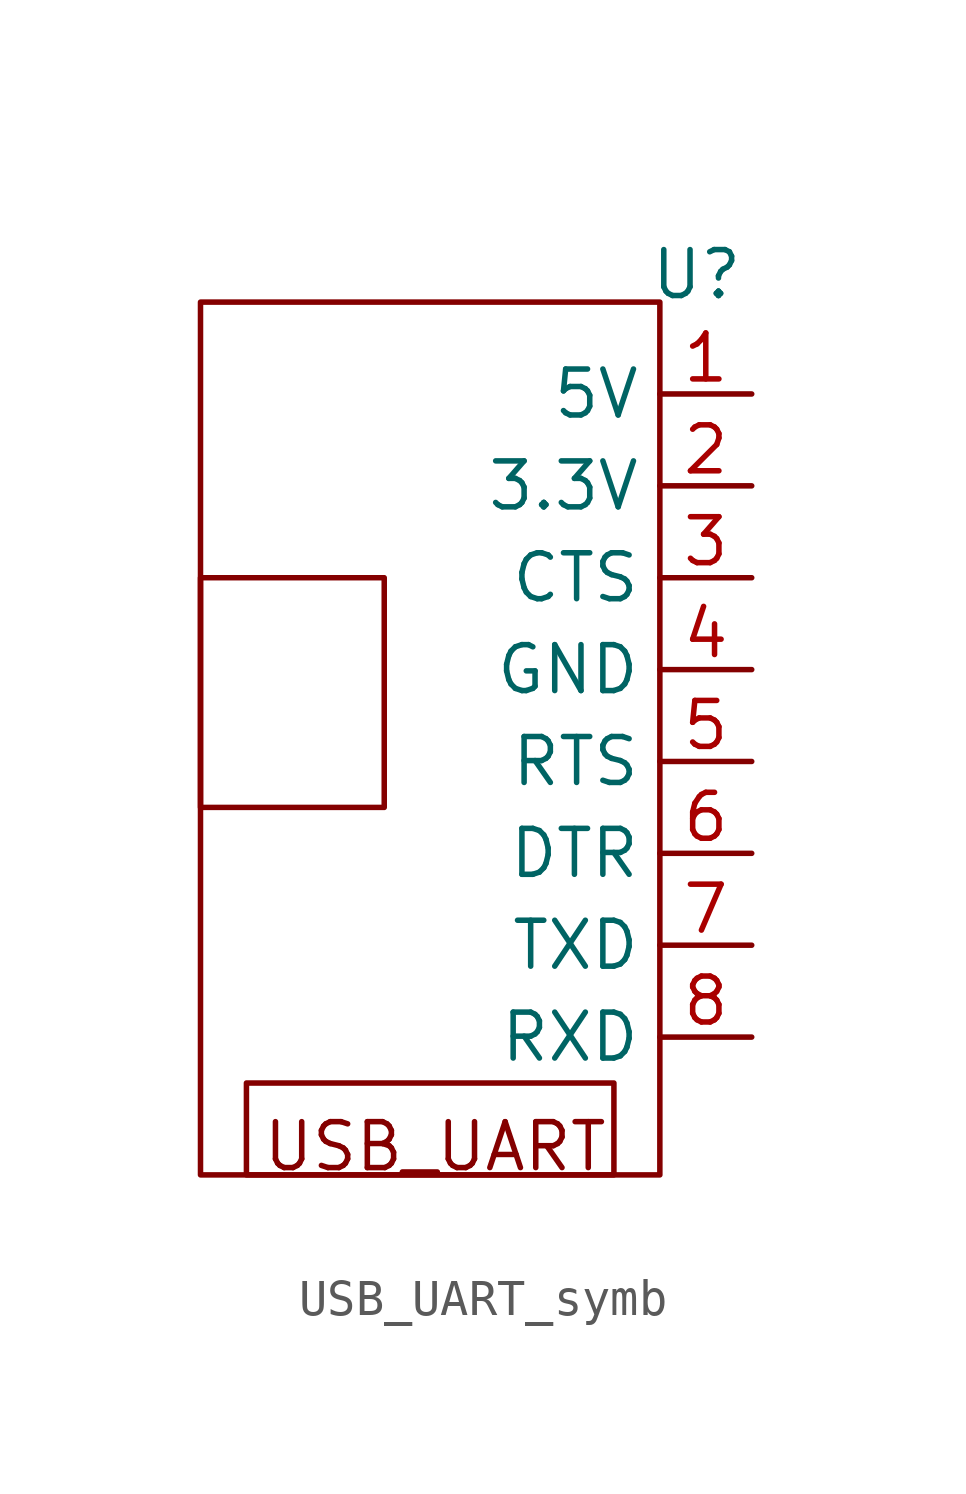
<source format=kicad_sym>
(kicad_symbol_lib
  (version 20241209)
  (generator "kicad_symbol_editor")
  (generator_version "9.0")
  (symbol "USB_UART_symb"
    (property "Reference" "U"
      (at 7.366 10.922 0)
      (effects (font (size 1.27 1.27))))
    (property "Value" ""
      (at 0 6.35 0)
      (effects (font (size 1.27 1.27))))
    (symbol "USB_UART_symb_0_1"
      (rectangle (start -6.35 10.16) (end 6.35 -13.97) (stroke (width 0) (type default)) (fill (type none)))
      (rectangle (start -6.35 2.54) (end -1.27 -3.81) (stroke (width 0) (type default)) (fill (type none))))
    (symbol "USB_UART_symb_1_1"
      (text_box "USB_UART" (at -5.08 -11.43 0) (size 10.16 -2.54) (margins 0.4 1.016 0.8 1.016) (stroke (width 0) (type solid)) (fill (type none)) (effects (font (size 1.27 1.27)) (justify left top)))
      (pin power_in line (at 8.89 7.62 180) (length 2.54) (name "5V" (effects (font (size 1.27 1.27)))) (number "1" (effects (font (size 1.27 1.27)))))
      (pin power_in line (at 8.89 5.08 180) (length 2.54) (name "3.3V" (effects (font (size 1.27 1.27)))) (number "2" (effects (font (size 1.27 1.27)))))
      (pin bidirectional line (at 8.89 2.54 180) (length 2.54) (name "CTS" (effects (font (size 1.27 1.27)))) (number "3" (effects (font (size 1.27 1.27)))))
      (pin power_in line (at 8.89 0 180) (length 2.54) (name "GND" (effects (font (size 1.27 1.27)))) (number "4" (effects (font (size 1.27 1.27)))))
      (pin bidirectional line (at 8.89 -2.54 180) (length 2.54) (name "RTS" (effects (font (size 1.27 1.27)))) (number "5" (effects (font (size 1.27 1.27)))))
      (pin bidirectional line (at 8.89 -5.08 180) (length 2.54) (name "DTR" (effects (font (size 1.27 1.27)))) (number "6" (effects (font (size 1.27 1.27)))))
      (pin bidirectional line (at 8.89 -7.62 180) (length 2.54) (name "TXD" (effects (font (size 1.27 1.27)))) (number "7" (effects (font (size 1.27 1.27)))))
      (pin bidirectional line (at 8.89 -10.16 180) (length 2.54) (name "RXD" (effects (font (size 1.27 1.27)))) (number "8" (effects (font (size 1.27 1.27))))))))
</source>
